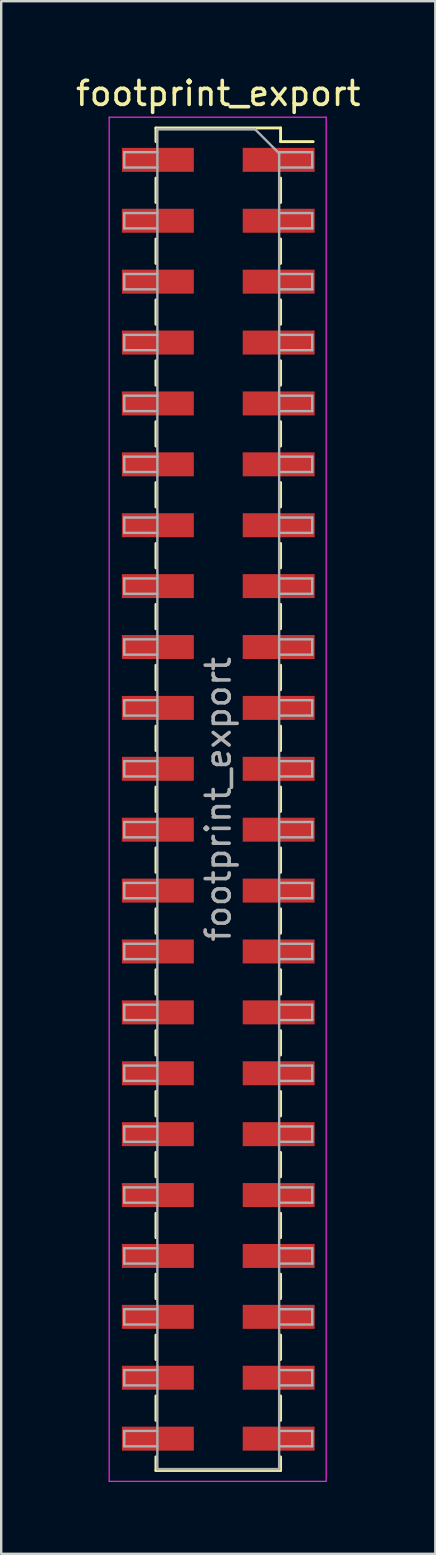
<source format=kicad_pcb>
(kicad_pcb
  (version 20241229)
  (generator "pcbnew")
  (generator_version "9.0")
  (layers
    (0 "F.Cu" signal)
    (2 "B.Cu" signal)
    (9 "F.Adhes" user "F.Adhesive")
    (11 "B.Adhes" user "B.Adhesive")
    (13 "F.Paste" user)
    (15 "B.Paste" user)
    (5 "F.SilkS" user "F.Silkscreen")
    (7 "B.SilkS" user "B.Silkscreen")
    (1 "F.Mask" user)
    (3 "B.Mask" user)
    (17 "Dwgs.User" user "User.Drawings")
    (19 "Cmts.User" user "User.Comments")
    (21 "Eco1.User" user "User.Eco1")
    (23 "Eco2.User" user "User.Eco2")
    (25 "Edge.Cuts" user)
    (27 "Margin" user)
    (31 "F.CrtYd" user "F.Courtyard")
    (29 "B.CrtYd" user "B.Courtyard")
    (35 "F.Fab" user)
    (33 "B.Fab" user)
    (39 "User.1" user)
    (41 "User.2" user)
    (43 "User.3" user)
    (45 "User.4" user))
  (footprint "footprint_export"
    (layer "F.Cu")
    (at 6.054 30.288)
    (property "Reference" "footprint_export" (at 0 -29.44 0) (layer "F.SilkS") (effects (font (size 1 1) (thickness 0.15))))
    (attr smd)
    (fp_line (start -2.6 -28) (end -2.6 -27.43) (stroke (width 0.12) (type solid)) (layer "F.SilkS"))
    (fp_line (start -2.6 -28) (end 2.6 -28) (stroke (width 0.12) (type solid)) (layer "F.SilkS"))
    (fp_line (start -2.6 -25.91) (end -2.6 -24.89) (stroke (width 0.12) (type solid)) (layer "F.SilkS"))
    (fp_line (start -2.6 -23.37) (end -2.6 -22.35) (stroke (width 0.12) (type solid)) (layer "F.SilkS"))
    (fp_line (start -2.6 -20.83) (end -2.6 -19.81) (stroke (width 0.12) (type solid)) (layer "F.SilkS"))
    (fp_line (start -2.6 -18.29) (end -2.6 -17.27) (stroke (width 0.12) (type solid)) (layer "F.SilkS"))
    (fp_line (start -2.6 -15.75) (end -2.6 -14.73) (stroke (width 0.12) (type solid)) (layer "F.SilkS"))
    (fp_line (start -2.6 -13.21) (end -2.6 -12.19) (stroke (width 0.12) (type solid)) (layer "F.SilkS"))
    (fp_line (start -2.6 -10.67) (end -2.6 -9.65) (stroke (width 0.12) (type solid)) (layer "F.SilkS"))
    (fp_line (start -2.6 -8.13) (end -2.6 -7.11) (stroke (width 0.12) (type solid)) (layer "F.SilkS"))
    (fp_line (start -2.6 -5.59) (end -2.6 -4.57) (stroke (width 0.12) (type solid)) (layer "F.SilkS"))
    (fp_line (start -2.6 -3.05) (end -2.6 -2.03) (stroke (width 0.12) (type solid)) (layer "F.SilkS"))
    (fp_line (start -2.6 -0.51) (end -2.6 0.51) (stroke (width 0.12) (type solid)) (layer "F.SilkS"))
    (fp_line (start -2.6 2.03) (end -2.6 3.05) (stroke (width 0.12) (type solid)) (layer "F.SilkS"))
    (fp_line (start -2.6 4.57) (end -2.6 5.59) (stroke (width 0.12) (type solid)) (layer "F.SilkS"))
    (fp_line (start -2.6 7.11) (end -2.6 8.13) (stroke (width 0.12) (type solid)) (layer "F.SilkS"))
    (fp_line (start -2.6 9.65) (end -2.6 10.67) (stroke (width 0.12) (type solid)) (layer "F.SilkS"))
    (fp_line (start -2.6 12.19) (end -2.6 13.21) (stroke (width 0.12) (type solid)) (layer "F.SilkS"))
    (fp_line (start -2.6 14.73) (end -2.6 15.75) (stroke (width 0.12) (type solid)) (layer "F.SilkS"))
    (fp_line (start -2.6 17.27) (end -2.6 18.29) (stroke (width 0.12) (type solid)) (layer "F.SilkS"))
    (fp_line (start -2.6 19.81) (end -2.6 20.83) (stroke (width 0.12) (type solid)) (layer "F.SilkS"))
    (fp_line (start -2.6 22.35) (end -2.6 23.37) (stroke (width 0.12) (type solid)) (layer "F.SilkS"))
    (fp_line (start -2.6 24.89) (end -2.6 25.91) (stroke (width 0.12) (type solid)) (layer "F.SilkS"))
    (fp_line (start -2.6 27.43) (end -2.6 28) (stroke (width 0.12) (type solid)) (layer "F.SilkS"))
    (fp_line (start -2.6 28) (end 2.6 28) (stroke (width 0.12) (type solid)) (layer "F.SilkS"))
    (fp_line (start 2.6 -28) (end 2.6 -27.43) (stroke (width 0.12) (type solid)) (layer "F.SilkS"))
    (fp_line (start 2.6 -27.43) (end 3.96 -27.43) (stroke (width 0.12) (type solid)) (layer "F.SilkS"))
    (fp_line (start 2.6 -25.91) (end 2.6 -24.89) (stroke (width 0.12) (type solid)) (layer "F.SilkS"))
    (fp_line (start 2.6 -23.37) (end 2.6 -22.35) (stroke (width 0.12) (type solid)) (layer "F.SilkS"))
    (fp_line (start 2.6 -20.83) (end 2.6 -19.81) (stroke (width 0.12) (type solid)) (layer "F.SilkS"))
    (fp_line (start 2.6 -18.29) (end 2.6 -17.27) (stroke (width 0.12) (type solid)) (layer "F.SilkS"))
    (fp_line (start 2.6 -15.75) (end 2.6 -14.73) (stroke (width 0.12) (type solid)) (layer "F.SilkS"))
    (fp_line (start 2.6 -13.21) (end 2.6 -12.19) (stroke (width 0.12) (type solid)) (layer "F.SilkS"))
    (fp_line (start 2.6 -10.67) (end 2.6 -9.65) (stroke (width 0.12) (type solid)) (layer "F.SilkS"))
    (fp_line (start 2.6 -8.13) (end 2.6 -7.11) (stroke (width 0.12) (type solid)) (layer "F.SilkS"))
    (fp_line (start 2.6 -5.59) (end 2.6 -4.57) (stroke (width 0.12) (type solid)) (layer "F.SilkS"))
    (fp_line (start 2.6 -3.05) (end 2.6 -2.03) (stroke (width 0.12) (type solid)) (layer "F.SilkS"))
    (fp_line (start 2.6 -0.51) (end 2.6 0.51) (stroke (width 0.12) (type solid)) (layer "F.SilkS"))
    (fp_line (start 2.6 2.03) (end 2.6 3.05) (stroke (width 0.12) (type solid)) (layer "F.SilkS"))
    (fp_line (start 2.6 4.57) (end 2.6 5.59) (stroke (width 0.12) (type solid)) (layer "F.SilkS"))
    (fp_line (start 2.6 7.11) (end 2.6 8.13) (stroke (width 0.12) (type solid)) (layer "F.SilkS"))
    (fp_line (start 2.6 9.65) (end 2.6 10.67) (stroke (width 0.12) (type solid)) (layer "F.SilkS"))
    (fp_line (start 2.6 12.19) (end 2.6 13.21) (stroke (width 0.12) (type solid)) (layer "F.SilkS"))
    (fp_line (start 2.6 14.73) (end 2.6 15.75) (stroke (width 0.12) (type solid)) (layer "F.SilkS"))
    (fp_line (start 2.6 17.27) (end 2.6 18.29) (stroke (width 0.12) (type solid)) (layer "F.SilkS"))
    (fp_line (start 2.6 19.81) (end 2.6 20.83) (stroke (width 0.12) (type solid)) (layer "F.SilkS"))
    (fp_line (start 2.6 22.35) (end 2.6 23.37) (stroke (width 0.12) (type solid)) (layer "F.SilkS"))
    (fp_line (start 2.6 24.89) (end 2.6 25.91) (stroke (width 0.12) (type solid)) (layer "F.SilkS"))
    (fp_line (start 2.6 27.43) (end 2.6 28) (stroke (width 0.12) (type solid)) (layer "F.SilkS"))
    (fp_line (start -4.55 -28.45) (end 4.5 -28.45) (stroke (width 0.05) (type solid)) (layer "F.CrtYd"))
    (fp_line (start -4.55 28.45) (end -4.55 -28.45) (stroke (width 0.05) (type solid)) (layer "F.CrtYd"))
    (fp_line (start 4.5 -28.45) (end 4.5 28.45) (stroke (width 0.05) (type solid)) (layer "F.CrtYd"))
    (fp_line (start 4.5 28.45) (end -4.55 28.45) (stroke (width 0.05) (type solid)) (layer "F.CrtYd"))
    (fp_line (start -3.92 -26.99) (end -2.54 -26.99) (stroke (width 0.1) (type solid)) (layer "F.Fab"))
    (fp_line (start -3.92 -26.35) (end -3.92 -26.99) (stroke (width 0.1) (type solid)) (layer "F.Fab"))
    (fp_line (start -3.92 -24.45) (end -2.54 -24.45) (stroke (width 0.1) (type solid)) (layer "F.Fab"))
    (fp_line (start -3.92 -23.81) (end -3.92 -24.45) (stroke (width 0.1) (type solid)) (layer "F.Fab"))
    (fp_line (start -3.92 -21.91) (end -2.54 -21.91) (stroke (width 0.1) (type solid)) (layer "F.Fab"))
    (fp_line (start -3.92 -21.27) (end -3.92 -21.91) (stroke (width 0.1) (type solid)) (layer "F.Fab"))
    (fp_line (start -3.92 -19.37) (end -2.54 -19.37) (stroke (width 0.1) (type solid)) (layer "F.Fab"))
    (fp_line (start -3.92 -18.73) (end -3.92 -19.37) (stroke (width 0.1) (type solid)) (layer "F.Fab"))
    (fp_line (start -3.92 -16.83) (end -2.54 -16.83) (stroke (width 0.1) (type solid)) (layer "F.Fab"))
    (fp_line (start -3.92 -16.19) (end -3.92 -16.83) (stroke (width 0.1) (type solid)) (layer "F.Fab"))
    (fp_line (start -3.92 -14.29) (end -2.54 -14.29) (stroke (width 0.1) (type solid)) (layer "F.Fab"))
    (fp_line (start -3.92 -13.65) (end -3.92 -14.29) (stroke (width 0.1) (type solid)) (layer "F.Fab"))
    (fp_line (start -3.92 -11.75) (end -2.54 -11.75) (stroke (width 0.1) (type solid)) (layer "F.Fab"))
    (fp_line (start -3.92 -11.11) (end -3.92 -11.75) (stroke (width 0.1) (type solid)) (layer "F.Fab"))
    (fp_line (start -3.92 -9.21) (end -2.54 -9.21) (stroke (width 0.1) (type solid)) (layer "F.Fab"))
    (fp_line (start -3.92 -8.57) (end -3.92 -9.21) (stroke (width 0.1) (type solid)) (layer "F.Fab"))
    (fp_line (start -3.92 -6.67) (end -2.54 -6.67) (stroke (width 0.1) (type solid)) (layer "F.Fab"))
    (fp_line (start -3.92 -6.03) (end -3.92 -6.67) (stroke (width 0.1) (type solid)) (layer "F.Fab"))
    (fp_line (start -3.92 -4.13) (end -2.54 -4.13) (stroke (width 0.1) (type solid)) (layer "F.Fab"))
    (fp_line (start -3.92 -3.49) (end -3.92 -4.13) (stroke (width 0.1) (type solid)) (layer "F.Fab"))
    (fp_line (start -3.92 -1.59) (end -2.54 -1.59) (stroke (width 0.1) (type solid)) (layer "F.Fab"))
    (fp_line (start -3.92 -0.95) (end -3.92 -1.59) (stroke (width 0.1) (type solid)) (layer "F.Fab"))
    (fp_line (start -3.92 0.95) (end -2.54 0.95) (stroke (width 0.1) (type solid)) (layer "F.Fab"))
    (fp_line (start -3.92 1.59) (end -3.92 0.95) (stroke (width 0.1) (type solid)) (layer "F.Fab"))
    (fp_line (start -3.92 3.49) (end -2.54 3.49) (stroke (width 0.1) (type solid)) (layer "F.Fab"))
    (fp_line (start -3.92 4.13) (end -3.92 3.49) (stroke (width 0.1) (type solid)) (layer "F.Fab"))
    (fp_line (start -3.92 6.03) (end -2.54 6.03) (stroke (width 0.1) (type solid)) (layer "F.Fab"))
    (fp_line (start -3.92 6.67) (end -3.92 6.03) (stroke (width 0.1) (type solid)) (layer "F.Fab"))
    (fp_line (start -3.92 8.57) (end -2.54 8.57) (stroke (width 0.1) (type solid)) (layer "F.Fab"))
    (fp_line (start -3.92 9.21) (end -3.92 8.57) (stroke (width 0.1) (type solid)) (layer "F.Fab"))
    (fp_line (start -3.92 11.11) (end -2.54 11.11) (stroke (width 0.1) (type solid)) (layer "F.Fab"))
    (fp_line (start -3.92 11.75) (end -3.92 11.11) (stroke (width 0.1) (type solid)) (layer "F.Fab"))
    (fp_line (start -3.92 13.65) (end -2.54 13.65) (stroke (width 0.1) (type solid)) (layer "F.Fab"))
    (fp_line (start -3.92 14.29) (end -3.92 13.65) (stroke (width 0.1) (type solid)) (layer "F.Fab"))
    (fp_line (start -3.92 16.19) (end -2.54 16.19) (stroke (width 0.1) (type solid)) (layer "F.Fab"))
    (fp_line (start -3.92 16.83) (end -3.92 16.19) (stroke (width 0.1) (type solid)) (layer "F.Fab"))
    (fp_line (start -3.92 18.73) (end -2.54 18.73) (stroke (width 0.1) (type solid)) (layer "F.Fab"))
    (fp_line (start -3.92 19.37) (end -3.92 18.73) (stroke (width 0.1) (type solid)) (layer "F.Fab"))
    (fp_line (start -3.92 21.27) (end -2.54 21.27) (stroke (width 0.1) (type solid)) (layer "F.Fab"))
    (fp_line (start -3.92 21.91) (end -3.92 21.27) (stroke (width 0.1) (type solid)) (layer "F.Fab"))
    (fp_line (start -3.92 23.81) (end -2.54 23.81) (stroke (width 0.1) (type solid)) (layer "F.Fab"))
    (fp_line (start -3.92 24.45) (end -3.92 23.81) (stroke (width 0.1) (type solid)) (layer "F.Fab"))
    (fp_line (start -3.92 26.35) (end -2.54 26.35) (stroke (width 0.1) (type solid)) (layer "F.Fab"))
    (fp_line (start -3.92 26.99) (end -3.92 26.35) (stroke (width 0.1) (type solid)) (layer "F.Fab"))
    (fp_line (start -2.54 -27.94) (end 1.54 -27.94) (stroke (width 0.1) (type solid)) (layer "F.Fab"))
    (fp_line (start -2.54 -26.35) (end -3.92 -26.35) (stroke (width 0.1) (type solid)) (layer "F.Fab"))
    (fp_line (start -2.54 -23.81) (end -3.92 -23.81) (stroke (width 0.1) (type solid)) (layer "F.Fab"))
    (fp_line (start -2.54 -21.27) (end -3.92 -21.27) (stroke (width 0.1) (type solid)) (layer "F.Fab"))
    (fp_line (start -2.54 -18.73) (end -3.92 -18.73) (stroke (width 0.1) (type solid)) (layer "F.Fab"))
    (fp_line (start -2.54 -16.19) (end -3.92 -16.19) (stroke (width 0.1) (type solid)) (layer "F.Fab"))
    (fp_line (start -2.54 -13.65) (end -3.92 -13.65) (stroke (width 0.1) (type solid)) (layer "F.Fab"))
    (fp_line (start -2.54 -11.11) (end -3.92 -11.11) (stroke (width 0.1) (type solid)) (layer "F.Fab"))
    (fp_line (start -2.54 -8.57) (end -3.92 -8.57) (stroke (width 0.1) (type solid)) (layer "F.Fab"))
    (fp_line (start -2.54 -6.03) (end -3.92 -6.03) (stroke (width 0.1) (type solid)) (layer "F.Fab"))
    (fp_line (start -2.54 -3.49) (end -3.92 -3.49) (stroke (width 0.1) (type solid)) (layer "F.Fab"))
    (fp_line (start -2.54 -0.95) (end -3.92 -0.95) (stroke (width 0.1) (type solid)) (layer "F.Fab"))
    (fp_line (start -2.54 1.59) (end -3.92 1.59) (stroke (width 0.1) (type solid)) (layer "F.Fab"))
    (fp_line (start -2.54 4.13) (end -3.92 4.13) (stroke (width 0.1) (type solid)) (layer "F.Fab"))
    (fp_line (start -2.54 6.67) (end -3.92 6.67) (stroke (width 0.1) (type solid)) (layer "F.Fab"))
    (fp_line (start -2.54 9.21) (end -3.92 9.21) (stroke (width 0.1) (type solid)) (layer "F.Fab"))
    (fp_line (start -2.54 11.75) (end -3.92 11.75) (stroke (width 0.1) (type solid)) (layer "F.Fab"))
    (fp_line (start -2.54 14.29) (end -3.92 14.29) (stroke (width 0.1) (type solid)) (layer "F.Fab"))
    (fp_line (start -2.54 16.83) (end -3.92 16.83) (stroke (width 0.1) (type solid)) (layer "F.Fab"))
    (fp_line (start -2.54 19.37) (end -3.92 19.37) (stroke (width 0.1) (type solid)) (layer "F.Fab"))
    (fp_line (start -2.54 21.91) (end -3.92 21.91) (stroke (width 0.1) (type solid)) (layer "F.Fab"))
    (fp_line (start -2.54 24.45) (end -3.92 24.45) (stroke (width 0.1) (type solid)) (layer "F.Fab"))
    (fp_line (start -2.54 26.99) (end -3.92 26.99) (stroke (width 0.1) (type solid)) (layer "F.Fab"))
    (fp_line (start -2.54 27.94) (end -2.54 -27.94) (stroke (width 0.1) (type solid)) (layer "F.Fab"))
    (fp_line (start 1.54 -27.94) (end 2.54 -26.94) (stroke (width 0.1) (type solid)) (layer "F.Fab"))
    (fp_line (start 2.54 -26.99) (end 3.92 -26.99) (stroke (width 0.1) (type solid)) (layer "F.Fab"))
    (fp_line (start 2.54 -26.94) (end 2.54 27.94) (stroke (width 0.1) (type solid)) (layer "F.Fab"))
    (fp_line (start 2.54 -24.45) (end 3.92 -24.45) (stroke (width 0.1) (type solid)) (layer "F.Fab"))
    (fp_line (start 2.54 -21.91) (end 3.92 -21.91) (stroke (width 0.1) (type solid)) (layer "F.Fab"))
    (fp_line (start 2.54 -19.37) (end 3.92 -19.37) (stroke (width 0.1) (type solid)) (layer "F.Fab"))
    (fp_line (start 2.54 -16.83) (end 3.92 -16.83) (stroke (width 0.1) (type solid)) (layer "F.Fab"))
    (fp_line (start 2.54 -14.29) (end 3.92 -14.29) (stroke (width 0.1) (type solid)) (layer "F.Fab"))
    (fp_line (start 2.54 -11.75) (end 3.92 -11.75) (stroke (width 0.1) (type solid)) (layer "F.Fab"))
    (fp_line (start 2.54 -9.21) (end 3.92 -9.21) (stroke (width 0.1) (type solid)) (layer "F.Fab"))
    (fp_line (start 2.54 -6.67) (end 3.92 -6.67) (stroke (width 0.1) (type solid)) (layer "F.Fab"))
    (fp_line (start 2.54 -4.13) (end 3.92 -4.13) (stroke (width 0.1) (type solid)) (layer "F.Fab"))
    (fp_line (start 2.54 -1.59) (end 3.92 -1.59) (stroke (width 0.1) (type solid)) (layer "F.Fab"))
    (fp_line (start 2.54 0.95) (end 3.92 0.95) (stroke (width 0.1) (type solid)) (layer "F.Fab"))
    (fp_line (start 2.54 3.49) (end 3.92 3.49) (stroke (width 0.1) (type solid)) (layer "F.Fab"))
    (fp_line (start 2.54 6.03) (end 3.92 6.03) (stroke (width 0.1) (type solid)) (layer "F.Fab"))
    (fp_line (start 2.54 8.57) (end 3.92 8.57) (stroke (width 0.1) (type solid)) (layer "F.Fab"))
    (fp_line (start 2.54 11.11) (end 3.92 11.11) (stroke (width 0.1) (type solid)) (layer "F.Fab"))
    (fp_line (start 2.54 13.65) (end 3.92 13.65) (stroke (width 0.1) (type solid)) (layer "F.Fab"))
    (fp_line (start 2.54 16.19) (end 3.92 16.19) (stroke (width 0.1) (type solid)) (layer "F.Fab"))
    (fp_line (start 2.54 18.73) (end 3.92 18.73) (stroke (width 0.1) (type solid)) (layer "F.Fab"))
    (fp_line (start 2.54 21.27) (end 3.92 21.27) (stroke (width 0.1) (type solid)) (layer "F.Fab"))
    (fp_line (start 2.54 23.81) (end 3.92 23.81) (stroke (width 0.1) (type solid)) (layer "F.Fab"))
    (fp_line (start 2.54 26.35) (end 3.92 26.35) (stroke (width 0.1) (type solid)) (layer "F.Fab"))
    (fp_line (start 2.54 27.94) (end -2.54 27.94) (stroke (width 0.1) (type solid)) (layer "F.Fab"))
    (fp_line (start 3.92 -26.99) (end 3.92 -26.35) (stroke (width 0.1) (type solid)) (layer "F.Fab"))
    (fp_line (start 3.92 -26.35) (end 2.54 -26.35) (stroke (width 0.1) (type solid)) (layer "F.Fab"))
    (fp_line (start 3.92 -24.45) (end 3.92 -23.81) (stroke (width 0.1) (type solid)) (layer "F.Fab"))
    (fp_line (start 3.92 -23.81) (end 2.54 -23.81) (stroke (width 0.1) (type solid)) (layer "F.Fab"))
    (fp_line (start 3.92 -21.91) (end 3.92 -21.27) (stroke (width 0.1) (type solid)) (layer "F.Fab"))
    (fp_line (start 3.92 -21.27) (end 2.54 -21.27) (stroke (width 0.1) (type solid)) (layer "F.Fab"))
    (fp_line (start 3.92 -19.37) (end 3.92 -18.73) (stroke (width 0.1) (type solid)) (layer "F.Fab"))
    (fp_line (start 3.92 -18.73) (end 2.54 -18.73) (stroke (width 0.1) (type solid)) (layer "F.Fab"))
    (fp_line (start 3.92 -16.83) (end 3.92 -16.19) (stroke (width 0.1) (type solid)) (layer "F.Fab"))
    (fp_line (start 3.92 -16.19) (end 2.54 -16.19) (stroke (width 0.1) (type solid)) (layer "F.Fab"))
    (fp_line (start 3.92 -14.29) (end 3.92 -13.65) (stroke (width 0.1) (type solid)) (layer "F.Fab"))
    (fp_line (start 3.92 -13.65) (end 2.54 -13.65) (stroke (width 0.1) (type solid)) (layer "F.Fab"))
    (fp_line (start 3.92 -11.75) (end 3.92 -11.11) (stroke (width 0.1) (type solid)) (layer "F.Fab"))
    (fp_line (start 3.92 -11.11) (end 2.54 -11.11) (stroke (width 0.1) (type solid)) (layer "F.Fab"))
    (fp_line (start 3.92 -9.21) (end 3.92 -8.57) (stroke (width 0.1) (type solid)) (layer "F.Fab"))
    (fp_line (start 3.92 -8.57) (end 2.54 -8.57) (stroke (width 0.1) (type solid)) (layer "F.Fab"))
    (fp_line (start 3.92 -6.67) (end 3.92 -6.03) (stroke (width 0.1) (type solid)) (layer "F.Fab"))
    (fp_line (start 3.92 -6.03) (end 2.54 -6.03) (stroke (width 0.1) (type solid)) (layer "F.Fab"))
    (fp_line (start 3.92 -4.13) (end 3.92 -3.49) (stroke (width 0.1) (type solid)) (layer "F.Fab"))
    (fp_line (start 3.92 -3.49) (end 2.54 -3.49) (stroke (width 0.1) (type solid)) (layer "F.Fab"))
    (fp_line (start 3.92 -1.59) (end 3.92 -0.95) (stroke (width 0.1) (type solid)) (layer "F.Fab"))
    (fp_line (start 3.92 -0.95) (end 2.54 -0.95) (stroke (width 0.1) (type solid)) (layer "F.Fab"))
    (fp_line (start 3.92 0.95) (end 3.92 1.59) (stroke (width 0.1) (type solid)) (layer "F.Fab"))
    (fp_line (start 3.92 1.59) (end 2.54 1.59) (stroke (width 0.1) (type solid)) (layer "F.Fab"))
    (fp_line (start 3.92 3.49) (end 3.92 4.13) (stroke (width 0.1) (type solid)) (layer "F.Fab"))
    (fp_line (start 3.92 4.13) (end 2.54 4.13) (stroke (width 0.1) (type solid)) (layer "F.Fab"))
    (fp_line (start 3.92 6.03) (end 3.92 6.67) (stroke (width 0.1) (type solid)) (layer "F.Fab"))
    (fp_line (start 3.92 6.67) (end 2.54 6.67) (stroke (width 0.1) (type solid)) (layer "F.Fab"))
    (fp_line (start 3.92 8.57) (end 3.92 9.21) (stroke (width 0.1) (type solid)) (layer "F.Fab"))
    (fp_line (start 3.92 9.21) (end 2.54 9.21) (stroke (width 0.1) (type solid)) (layer "F.Fab"))
    (fp_line (start 3.92 11.11) (end 3.92 11.75) (stroke (width 0.1) (type solid)) (layer "F.Fab"))
    (fp_line (start 3.92 11.75) (end 2.54 11.75) (stroke (width 0.1) (type solid)) (layer "F.Fab"))
    (fp_line (start 3.92 13.65) (end 3.92 14.29) (stroke (width 0.1) (type solid)) (layer "F.Fab"))
    (fp_line (start 3.92 14.29) (end 2.54 14.29) (stroke (width 0.1) (type solid)) (layer "F.Fab"))
    (fp_line (start 3.92 16.19) (end 3.92 16.83) (stroke (width 0.1) (type solid)) (layer "F.Fab"))
    (fp_line (start 3.92 16.83) (end 2.54 16.83) (stroke (width 0.1) (type solid)) (layer "F.Fab"))
    (fp_line (start 3.92 18.73) (end 3.92 19.37) (stroke (width 0.1) (type solid)) (layer "F.Fab"))
    (fp_line (start 3.92 19.37) (end 2.54 19.37) (stroke (width 0.1) (type solid)) (layer "F.Fab"))
    (fp_line (start 3.92 21.27) (end 3.92 21.91) (stroke (width 0.1) (type solid)) (layer "F.Fab"))
    (fp_line (start 3.92 21.91) (end 2.54 21.91) (stroke (width 0.1) (type solid)) (layer "F.Fab"))
    (fp_line (start 3.92 23.81) (end 3.92 24.45) (stroke (width 0.1) (type solid)) (layer "F.Fab"))
    (fp_line (start 3.92 24.45) (end 2.54 24.45) (stroke (width 0.1) (type solid)) (layer "F.Fab"))
    (fp_line (start 3.92 26.35) (end 3.92 26.99) (stroke (width 0.1) (type solid)) (layer "F.Fab"))
    (fp_line (start 3.92 26.99) (end 2.54 26.99) (stroke (width 0.1) (type solid)) (layer "F.Fab"))
    (fp_text user "${REFERENCE}" (at 0 0 90) (layer "F.Fab") (effects (font (size 1 1) (thickness 0.15))))
    (pad "1" smd rect (at 2.52 -26.67) (size 3 1) (layers "F.Cu" "F.Mask" "F.Paste"))
    (pad "2" smd rect (at -2.52 -26.67) (size 3 1) (layers "F.Cu" "F.Mask" "F.Paste"))
    (pad "3" smd rect (at 2.52 -24.13) (size 3 1) (layers "F.Cu" "F.Mask" "F.Paste"))
    (pad "4" smd rect (at -2.52 -24.13) (size 3 1) (layers "F.Cu" "F.Mask" "F.Paste"))
    (pad "5" smd rect (at 2.52 -21.59) (size 3 1) (layers "F.Cu" "F.Mask" "F.Paste"))
    (pad "6" smd rect (at -2.52 -21.59) (size 3 1) (layers "F.Cu" "F.Mask" "F.Paste"))
    (pad "7" smd rect (at 2.52 -19.05) (size 3 1) (layers "F.Cu" "F.Mask" "F.Paste"))
    (pad "8" smd rect (at -2.52 -19.05) (size 3 1) (layers "F.Cu" "F.Mask" "F.Paste"))
    (pad "9" smd rect (at 2.52 -16.51) (size 3 1) (layers "F.Cu" "F.Mask" "F.Paste"))
    (pad "10" smd rect (at -2.52 -16.51) (size 3 1) (layers "F.Cu" "F.Mask" "F.Paste"))
    (pad "11" smd rect (at 2.52 -13.97) (size 3 1) (layers "F.Cu" "F.Mask" "F.Paste"))
    (pad "12" smd rect (at -2.52 -13.97) (size 3 1) (layers "F.Cu" "F.Mask" "F.Paste"))
    (pad "13" smd rect (at 2.52 -11.43) (size 3 1) (layers "F.Cu" "F.Mask" "F.Paste"))
    (pad "14" smd rect (at -2.52 -11.43) (size 3 1) (layers "F.Cu" "F.Mask" "F.Paste"))
    (pad "15" smd rect (at 2.52 -8.89) (size 3 1) (layers "F.Cu" "F.Mask" "F.Paste"))
    (pad "16" smd rect (at -2.52 -8.89) (size 3 1) (layers "F.Cu" "F.Mask" "F.Paste"))
    (pad "17" smd rect (at 2.52 -6.35) (size 3 1) (layers "F.Cu" "F.Mask" "F.Paste"))
    (pad "18" smd rect (at -2.52 -6.35) (size 3 1) (layers "F.Cu" "F.Mask" "F.Paste"))
    (pad "19" smd rect (at 2.52 -3.81) (size 3 1) (layers "F.Cu" "F.Mask" "F.Paste"))
    (pad "20" smd rect (at -2.52 -3.81) (size 3 1) (layers "F.Cu" "F.Mask" "F.Paste"))
    (pad "21" smd rect (at 2.52 -1.27) (size 3 1) (layers "F.Cu" "F.Mask" "F.Paste"))
    (pad "22" smd rect (at -2.52 -1.27) (size 3 1) (layers "F.Cu" "F.Mask" "F.Paste"))
    (pad "23" smd rect (at 2.52 1.27) (size 3 1) (layers "F.Cu" "F.Mask" "F.Paste"))
    (pad "24" smd rect (at -2.52 1.27) (size 3 1) (layers "F.Cu" "F.Mask" "F.Paste"))
    (pad "25" smd rect (at 2.52 3.81) (size 3 1) (layers "F.Cu" "F.Mask" "F.Paste"))
    (pad "26" smd rect (at -2.52 3.81) (size 3 1) (layers "F.Cu" "F.Mask" "F.Paste"))
    (pad "27" smd rect (at 2.52 6.35) (size 3 1) (layers "F.Cu" "F.Mask" "F.Paste"))
    (pad "28" smd rect (at -2.52 6.35) (size 3 1) (layers "F.Cu" "F.Mask" "F.Paste"))
    (pad "29" smd rect (at 2.52 8.89) (size 3 1) (layers "F.Cu" "F.Mask" "F.Paste"))
    (pad "30" smd rect (at -2.52 8.89) (size 3 1) (layers "F.Cu" "F.Mask" "F.Paste"))
    (pad "31" smd rect (at 2.52 11.43) (size 3 1) (layers "F.Cu" "F.Mask" "F.Paste"))
    (pad "32" smd rect (at -2.52 11.43) (size 3 1) (layers "F.Cu" "F.Mask" "F.Paste"))
    (pad "33" smd rect (at 2.52 13.97) (size 3 1) (layers "F.Cu" "F.Mask" "F.Paste"))
    (pad "34" smd rect (at -2.52 13.97) (size 3 1) (layers "F.Cu" "F.Mask" "F.Paste"))
    (pad "35" smd rect (at 2.52 16.51) (size 3 1) (layers "F.Cu" "F.Mask" "F.Paste"))
    (pad "36" smd rect (at -2.52 16.51) (size 3 1) (layers "F.Cu" "F.Mask" "F.Paste"))
    (pad "37" smd rect (at 2.52 19.05) (size 3 1) (layers "F.Cu" "F.Mask" "F.Paste"))
    (pad "38" smd rect (at -2.52 19.05) (size 3 1) (layers "F.Cu" "F.Mask" "F.Paste"))
    (pad "39" smd rect (at 2.52 21.59) (size 3 1) (layers "F.Cu" "F.Mask" "F.Paste"))
    (pad "40" smd rect (at -2.52 21.59) (size 3 1) (layers "F.Cu" "F.Mask" "F.Paste"))
    (pad "41" smd rect (at 2.52 24.13) (size 3 1) (layers "F.Cu" "F.Mask" "F.Paste"))
    (pad "42" smd rect (at -2.52 24.13) (size 3 1) (layers "F.Cu" "F.Mask" "F.Paste"))
    (pad "43" smd rect (at 2.52 26.67) (size 3 1) (layers "F.Cu" "F.Mask" "F.Paste"))
    (pad "44" smd rect (at -2.52 26.67) (size 3 1) (layers "F.Cu" "F.Mask" "F.Paste")))
  (gr_rect
    (start -3 -3)
    (end 15.107 61.763)
    (stroke (width 0.1) (type default))
    (fill no)
    (layer "Edge.Cuts")))
</source>
